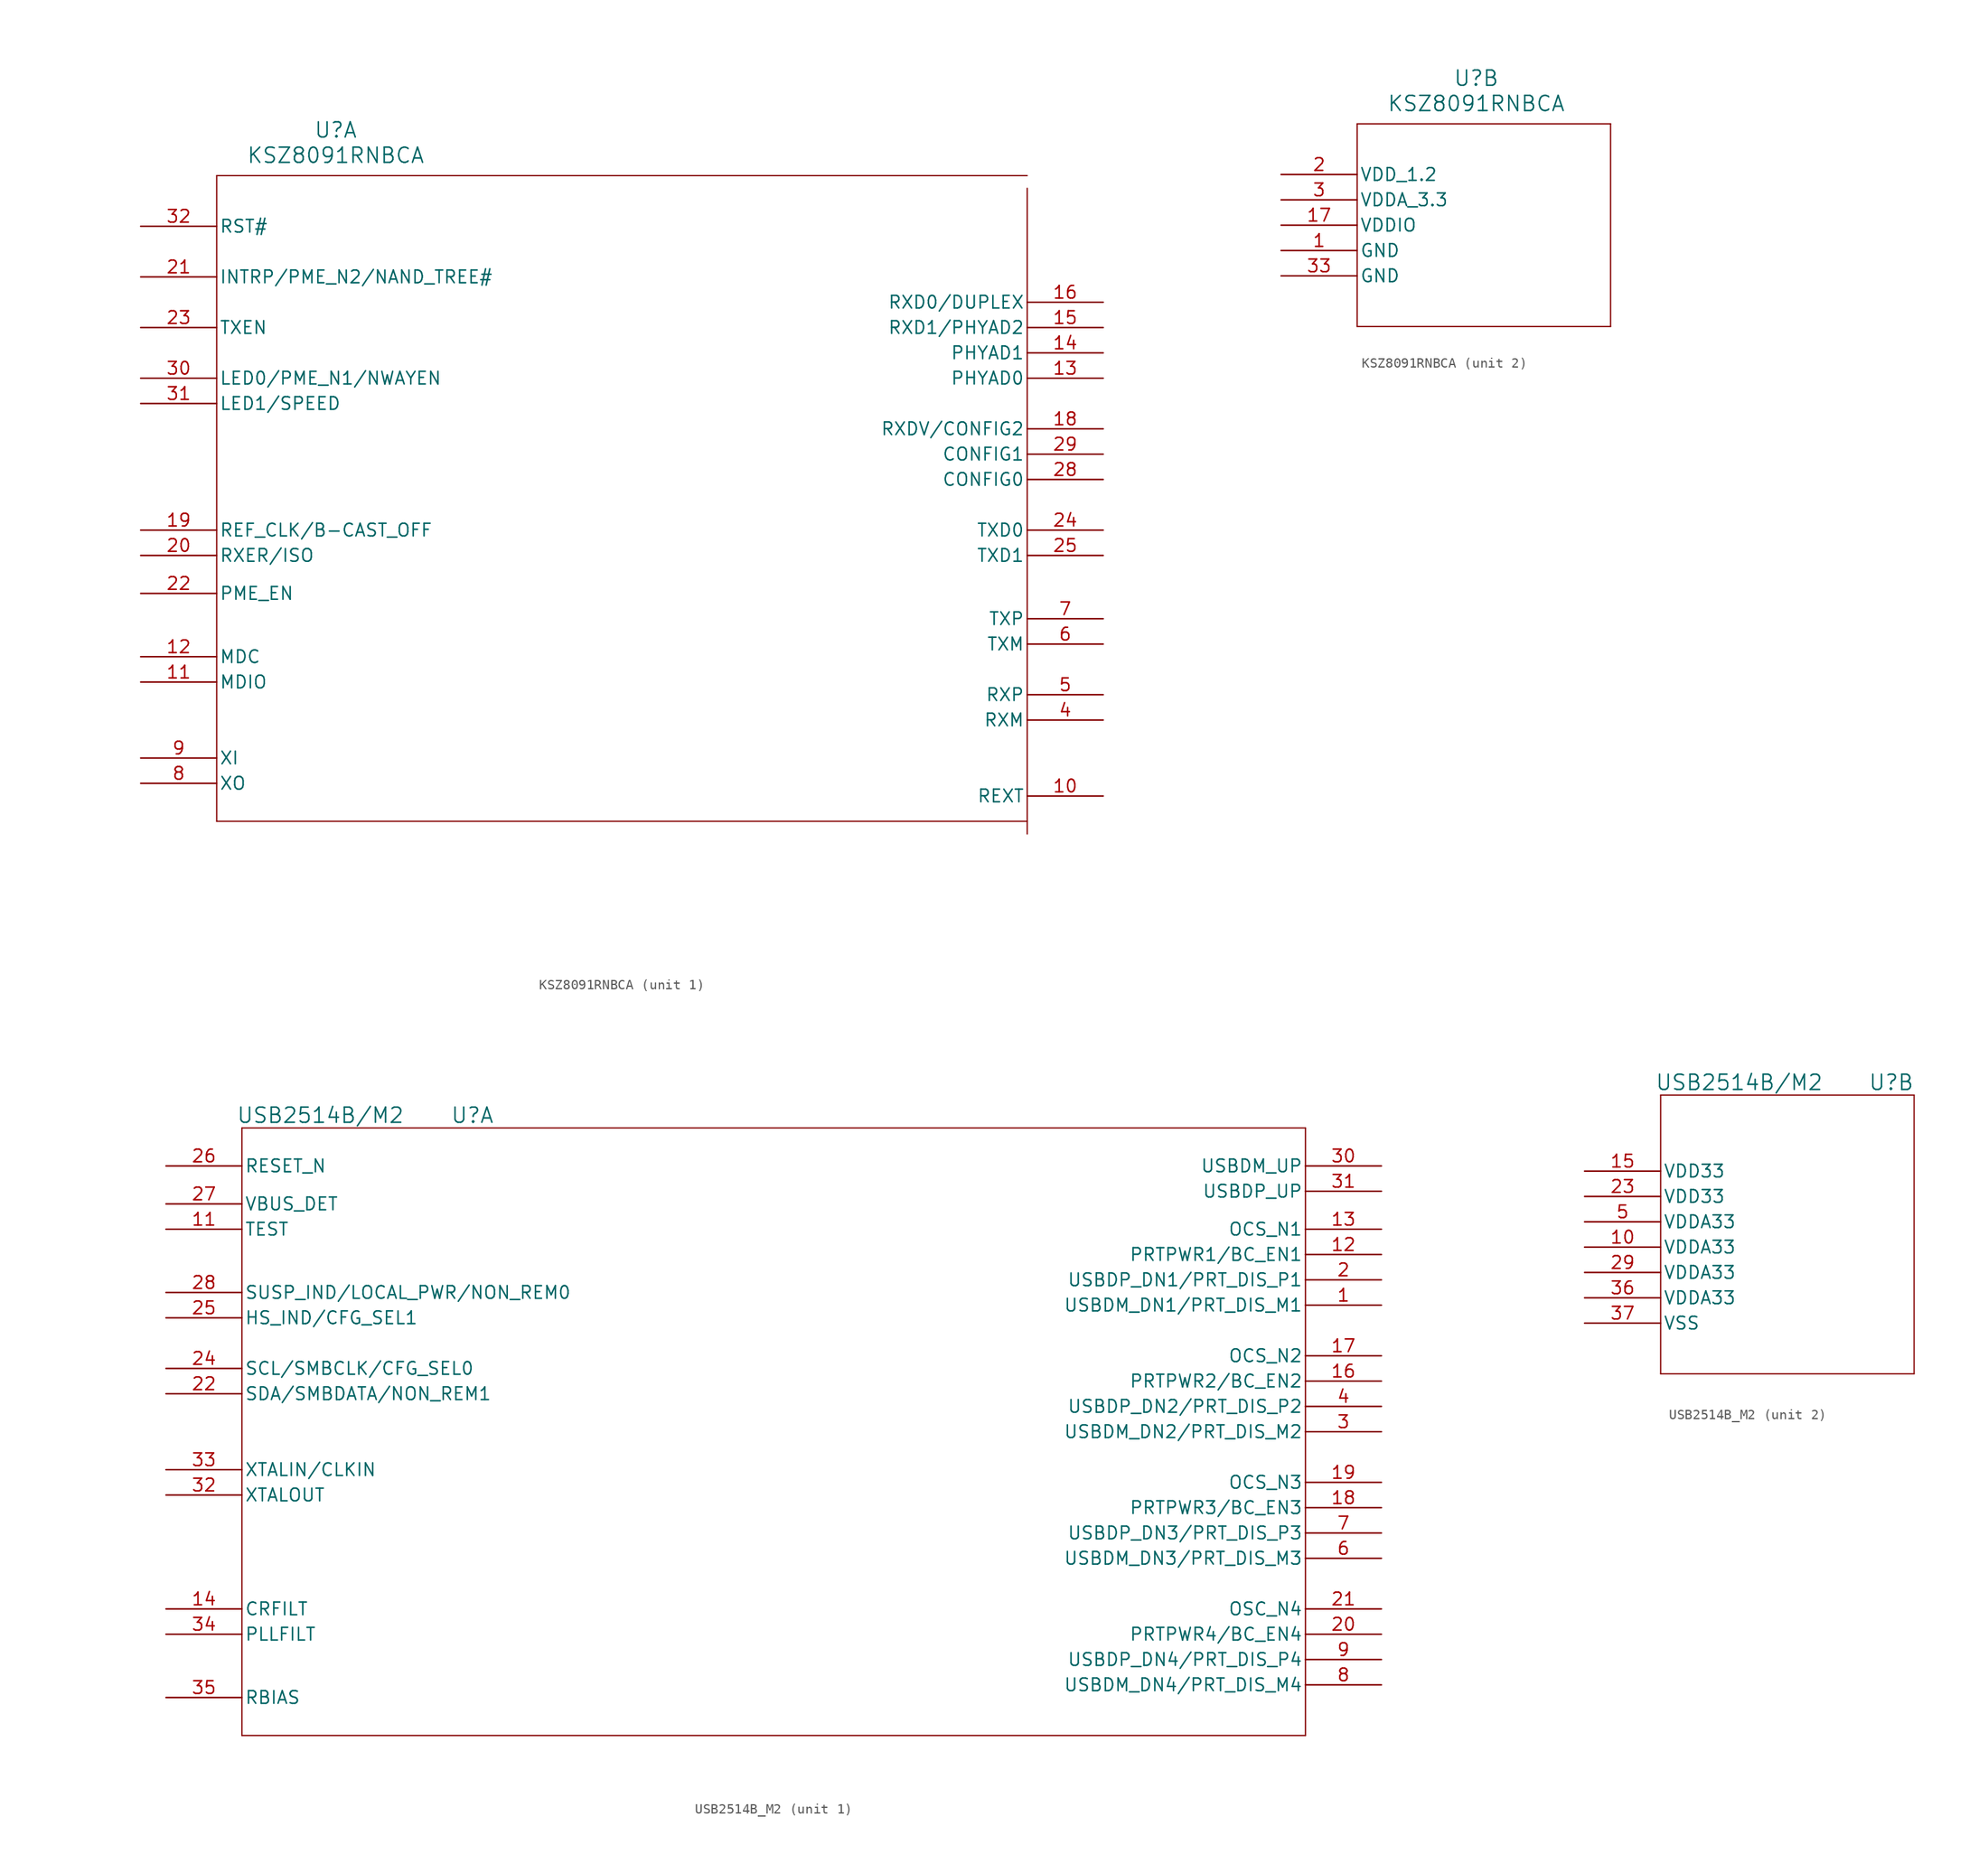
<source format=kicad_sym>
(kicad_symbol_lib
  (version 20231120)
  (generator "kicad_symbol_editor")
  (generator_version "8.0")
  (symbol "KSZ8091RNBCA"
    (pin_names
      (offset 0.254))
    (property "Reference" "U"
      (at 19.558 9.652 0)
      (effects (font (size 1.524 1.524))))
    (property "Value" "KSZ8091RNBCA"
      (at 19.558 7.112 0)
      (effects (font (size 1.524 1.524))))
    (property "ki_locked" ""
      (at 0 0 0)
      (effects (font (size 1.27 1.27))))
    (symbol "KSZ8091RNBCA_1_1"
      (polyline (pts (xy 7.62 -59.69) (xy 88.9 -59.69)) (stroke (width 0.127) (type default)) (fill (type none)))
      (polyline (pts (xy 7.62 5.08) (xy 7.62 -59.69)) (stroke (width 0.127) (type default)) (fill (type none)))
      (polyline (pts (xy 88.9 -60.96) (xy 88.9 3.81)) (stroke (width 0.127) (type default)) (fill (type none)))
      (polyline (pts (xy 88.9 5.08) (xy 7.62 5.08)) (stroke (width 0.127) (type default)) (fill (type none)))
      (pin input line (at 96.52 -57.15 180) (length 7.62) (name "REXT" (effects (font (size 1.27 1.27)))) (number "10" (effects (font (size 1.27 1.27)))))
      (pin bidirectional line (at 0 -45.72 0) (length 7.62) (name "MDIO" (effects (font (size 1.27 1.27)))) (number "11" (effects (font (size 1.27 1.27)))))
      (pin input line (at 0 -43.18 0) (length 7.62) (name "MDC" (effects (font (size 1.27 1.27)))) (number "12" (effects (font (size 1.27 1.27)))))
      (pin bidirectional line (at 96.52 -15.24 180) (length 7.62) (name "PHYAD0" (effects (font (size 1.27 1.27)))) (number "13" (effects (font (size 1.27 1.27)))))
      (pin bidirectional line (at 96.52 -12.7 180) (length 7.62) (name "PHYAD1" (effects (font (size 1.27 1.27)))) (number "14" (effects (font (size 1.27 1.27)))))
      (pin bidirectional line (at 96.52 -10.16 180) (length 7.62) (name "RXD1/PHYAD2" (effects (font (size 1.27 1.27)))) (number "15" (effects (font (size 1.27 1.27)))))
      (pin bidirectional line (at 96.52 -7.62 180) (length 7.62) (name "RXD0/DUPLEX" (effects (font (size 1.27 1.27)))) (number "16" (effects (font (size 1.27 1.27)))))
      (pin bidirectional line (at 96.52 -20.32 180) (length 7.62) (name "RXDV/CONFIG2" (effects (font (size 1.27 1.27)))) (number "18" (effects (font (size 1.27 1.27)))))
      (pin bidirectional line (at 0 -30.48 0) (length 7.62) (name "REF_CLK/B-CAST_OFF" (effects (font (size 1.27 1.27)))) (number "19" (effects (font (size 1.27 1.27)))))
      (pin bidirectional line (at 0 -33.02 0) (length 7.62) (name "RXER/ISO" (effects (font (size 1.27 1.27)))) (number "20" (effects (font (size 1.27 1.27)))))
      (pin bidirectional line (at 0 -5.08 0) (length 7.62) (name "INTRP/PME_N2/NAND_TREE#" (effects (font (size 1.27 1.27)))) (number "21" (effects (font (size 1.27 1.27)))))
      (pin bidirectional line (at 0 -36.83 0) (length 7.62) (name "PME_EN" (effects (font (size 1.27 1.27)))) (number "22" (effects (font (size 1.27 1.27)))))
      (pin input line (at 0 -10.16 0) (length 7.62) (name "TXEN" (effects (font (size 1.27 1.27)))) (number "23" (effects (font (size 1.27 1.27)))))
      (pin input line (at 96.52 -30.48 180) (length 7.62) (name "TXD0" (effects (font (size 1.27 1.27)))) (number "24" (effects (font (size 1.27 1.27)))))
      (pin input line (at 96.52 -33.02 180) (length 7.62) (name "TXD1" (effects (font (size 1.27 1.27)))) (number "25" (effects (font (size 1.27 1.27)))))
      (pin no_connect line (at 48.26 -67.31 90) (length 7.62) hide (name "NC" (effects (font (size 1.27 1.27)))) (number "26" (effects (font (size 1.27 1.27)))))
      (pin no_connect line (at 45.72 -67.31 90) (length 7.62) hide (name "NC" (effects (font (size 1.27 1.27)))) (number "27" (effects (font (size 1.27 1.27)))))
      (pin bidirectional line (at 96.52 -25.4 180) (length 7.62) (name "CONFIG0" (effects (font (size 1.27 1.27)))) (number "28" (effects (font (size 1.27 1.27)))))
      (pin bidirectional line (at 96.52 -22.86 180) (length 7.62) (name "CONFIG1" (effects (font (size 1.27 1.27)))) (number "29" (effects (font (size 1.27 1.27)))))
      (pin bidirectional line (at 0 -15.24 0) (length 7.62) (name "LED0/PME_N1/NWAYEN" (effects (font (size 1.27 1.27)))) (number "30" (effects (font (size 1.27 1.27)))))
      (pin input line (at 0 -17.78 0) (length 7.62) (name "LED1/SPEED" (effects (font (size 1.27 1.27)))) (number "31" (effects (font (size 1.27 1.27)))))
      (pin input line (at 0 0 0) (length 7.62) (name "RST#" (effects (font (size 1.27 1.27)))) (number "32" (effects (font (size 1.27 1.27)))))
      (pin bidirectional line (at 96.52 -49.53 180) (length 7.62) (name "RXM" (effects (font (size 1.27 1.27)))) (number "4" (effects (font (size 1.27 1.27)))))
      (pin bidirectional line (at 96.52 -46.99 180) (length 7.62) (name "RXP" (effects (font (size 1.27 1.27)))) (number "5" (effects (font (size 1.27 1.27)))))
      (pin bidirectional line (at 96.52 -41.91 180) (length 7.62) (name "TXM" (effects (font (size 1.27 1.27)))) (number "6" (effects (font (size 1.27 1.27)))))
      (pin bidirectional line (at 96.52 -39.37 180) (length 7.62) (name "TXP" (effects (font (size 1.27 1.27)))) (number "7" (effects (font (size 1.27 1.27)))))
      (pin output line (at 0 -55.88 0) (length 7.62) (name "XO" (effects (font (size 1.27 1.27)))) (number "8" (effects (font (size 1.27 1.27)))))
      (pin input line (at 0 -53.34 0) (length 7.62) (name "XI" (effects (font (size 1.27 1.27)))) (number "9" (effects (font (size 1.27 1.27))))))
    (symbol "KSZ8091RNBCA_2_1"
      (polyline (pts (xy 7.62 -15.24) (xy 33.02 -15.24)) (stroke (width 0.127) (type default)) (fill (type none)))
      (polyline (pts (xy 7.62 5.08) (xy 7.62 -15.24)) (stroke (width 0.127) (type default)) (fill (type none)))
      (polyline (pts (xy 33.02 -15.24) (xy 33.02 5.08)) (stroke (width 0.127) (type default)) (fill (type none)))
      (polyline (pts (xy 33.02 5.08) (xy 7.62 5.08)) (stroke (width 0.127) (type default)) (fill (type none)))
      (pin power_out line (at 0 -7.62 0) (length 7.62) (name "GND" (effects (font (size 1.27 1.27)))) (number "1" (effects (font (size 1.27 1.27)))))
      (pin power_in line (at 0 -5.08 0) (length 7.62) (name "VDDIO" (effects (font (size 1.27 1.27)))) (number "17" (effects (font (size 1.27 1.27)))))
      (pin power_in line (at 0 0 0) (length 7.62) (name "VDD_1.2" (effects (font (size 1.27 1.27)))) (number "2" (effects (font (size 1.27 1.27)))))
      (pin power_in line (at 0 -2.54 0) (length 7.62) (name "VDDA_3.3" (effects (font (size 1.27 1.27)))) (number "3" (effects (font (size 1.27 1.27)))))
      (pin power_out line (at 0 -10.16 0) (length 7.62) (name "GND" (effects (font (size 1.27 1.27)))) (number "33" (effects (font (size 1.27 1.27)))))))
  (symbol "USB2514B_M2"
    (pin_names
      (offset 0.254))
    (property "Reference" "U"
      (at 30.734 8.89 0)
      (effects (font (size 1.524 1.524))))
    (property "Value" "USB2514B/M2"
      (at 15.494 8.89 0)
      (effects (font (size 1.524 1.524))))
    (property "ki_locked" ""
      (at 0 0 0)
      (effects (font (size 1.27 1.27))))
    (symbol "USB2514B_M2_1_1"
      (polyline (pts (xy 7.62 -53.34) (xy 114.3 -53.34)) (stroke (width 0.127) (type default)) (fill (type none)))
      (polyline (pts (xy 7.62 7.62) (xy 7.62 -53.34)) (stroke (width 0.127) (type default)) (fill (type none)))
      (polyline (pts (xy 114.3 -53.34) (xy 114.3 7.62)) (stroke (width 0.127) (type default)) (fill (type none)))
      (polyline (pts (xy 114.3 7.62) (xy 7.62 7.62)) (stroke (width 0.127) (type default)) (fill (type none)))
      (pin bidirectional line (at 121.92 -10.16 180) (length 7.62) (name "USBDM_DN1/PRT_DIS_M1" (effects (font (size 1.27 1.27)))) (number "1" (effects (font (size 1.27 1.27)))))
      (pin unspecified line (at 0 -2.54 0) (length 7.62) (name "TEST" (effects (font (size 1.27 1.27)))) (number "11" (effects (font (size 1.27 1.27)))))
      (pin bidirectional line (at 121.92 -5.08 180) (length 7.62) (name "PRTPWR1/BC_EN1" (effects (font (size 1.27 1.27)))) (number "12" (effects (font (size 1.27 1.27)))))
      (pin bidirectional line (at 121.92 -2.54 180) (length 7.62) (name "OCS_N1" (effects (font (size 1.27 1.27)))) (number "13" (effects (font (size 1.27 1.27)))))
      (pin unspecified line (at 0 -40.64 0) (length 7.62) (name "CRFILT" (effects (font (size 1.27 1.27)))) (number "14" (effects (font (size 1.27 1.27)))))
      (pin bidirectional line (at 121.92 -17.78 180) (length 7.62) (name "PRTPWR2/BC_EN2" (effects (font (size 1.27 1.27)))) (number "16" (effects (font (size 1.27 1.27)))))
      (pin bidirectional line (at 121.92 -15.24 180) (length 7.62) (name "OCS_N2" (effects (font (size 1.27 1.27)))) (number "17" (effects (font (size 1.27 1.27)))))
      (pin bidirectional line (at 121.92 -30.48 180) (length 7.62) (name "PRTPWR3/BC_EN3" (effects (font (size 1.27 1.27)))) (number "18" (effects (font (size 1.27 1.27)))))
      (pin bidirectional line (at 121.92 -27.94 180) (length 7.62) (name "OCS_N3" (effects (font (size 1.27 1.27)))) (number "19" (effects (font (size 1.27 1.27)))))
      (pin bidirectional line (at 121.92 -7.62 180) (length 7.62) (name "USBDP_DN1/PRT_DIS_P1" (effects (font (size 1.27 1.27)))) (number "2" (effects (font (size 1.27 1.27)))))
      (pin bidirectional line (at 121.92 -43.18 180) (length 7.62) (name "PRTPWR4/BC_EN4" (effects (font (size 1.27 1.27)))) (number "20" (effects (font (size 1.27 1.27)))))
      (pin bidirectional line (at 121.92 -40.64 180) (length 7.62) (name "OSC_N4" (effects (font (size 1.27 1.27)))) (number "21" (effects (font (size 1.27 1.27)))))
      (pin unspecified line (at 0 -19.05 0) (length 7.62) (name "SDA/SMBDATA/NON_REM1" (effects (font (size 1.27 1.27)))) (number "22" (effects (font (size 1.27 1.27)))))
      (pin unspecified line (at 0 -16.51 0) (length 7.62) (name "SCL/SMBCLK/CFG_SEL0" (effects (font (size 1.27 1.27)))) (number "24" (effects (font (size 1.27 1.27)))))
      (pin unspecified line (at 0 -11.43 0) (length 7.62) (name "HS_IND/CFG_SEL1" (effects (font (size 1.27 1.27)))) (number "25" (effects (font (size 1.27 1.27)))))
      (pin unspecified line (at 0 3.81 0) (length 7.62) (name "RESET_N" (effects (font (size 1.27 1.27)))) (number "26" (effects (font (size 1.27 1.27)))))
      (pin unspecified line (at 0 0 0) (length 7.62) (name "VBUS_DET" (effects (font (size 1.27 1.27)))) (number "27" (effects (font (size 1.27 1.27)))))
      (pin unspecified line (at 0 -8.89 0) (length 7.62) (name "SUSP_IND/LOCAL_PWR/NON_REM0" (effects (font (size 1.27 1.27)))) (number "28" (effects (font (size 1.27 1.27)))))
      (pin bidirectional line (at 121.92 -22.86 180) (length 7.62) (name "USBDM_DN2/PRT_DIS_M2" (effects (font (size 1.27 1.27)))) (number "3" (effects (font (size 1.27 1.27)))))
      (pin unspecified line (at 121.92 3.81 180) (length 7.62) (name "USBDM_UP" (effects (font (size 1.27 1.27)))) (number "30" (effects (font (size 1.27 1.27)))))
      (pin unspecified line (at 121.92 1.27 180) (length 7.62) (name "USBDP_UP" (effects (font (size 1.27 1.27)))) (number "31" (effects (font (size 1.27 1.27)))))
      (pin output line (at 0 -29.21 0) (length 7.62) (name "XTALOUT" (effects (font (size 1.27 1.27)))) (number "32" (effects (font (size 1.27 1.27)))))
      (pin unspecified line (at 0 -26.67 0) (length 7.62) (name "XTALIN/CLKIN" (effects (font (size 1.27 1.27)))) (number "33" (effects (font (size 1.27 1.27)))))
      (pin unspecified line (at 0 -43.18 0) (length 7.62) (name "PLLFILT" (effects (font (size 1.27 1.27)))) (number "34" (effects (font (size 1.27 1.27)))))
      (pin unspecified line (at 0 -49.53 0) (length 7.62) (name "RBIAS" (effects (font (size 1.27 1.27)))) (number "35" (effects (font (size 1.27 1.27)))))
      (pin bidirectional line (at 121.92 -20.32 180) (length 7.62) (name "USBDP_DN2/PRT_DIS_P2" (effects (font (size 1.27 1.27)))) (number "4" (effects (font (size 1.27 1.27)))))
      (pin bidirectional line (at 121.92 -35.56 180) (length 7.62) (name "USBDM_DN3/PRT_DIS_M3" (effects (font (size 1.27 1.27)))) (number "6" (effects (font (size 1.27 1.27)))))
      (pin bidirectional line (at 121.92 -33.02 180) (length 7.62) (name "USBDP_DN3/PRT_DIS_P3" (effects (font (size 1.27 1.27)))) (number "7" (effects (font (size 1.27 1.27)))))
      (pin bidirectional line (at 121.92 -48.26 180) (length 7.62) (name "USBDM_DN4/PRT_DIS_M4" (effects (font (size 1.27 1.27)))) (number "8" (effects (font (size 1.27 1.27)))))
      (pin bidirectional line (at 121.92 -45.72 180) (length 7.62) (name "USBDP_DN4/PRT_DIS_P4" (effects (font (size 1.27 1.27)))) (number "9" (effects (font (size 1.27 1.27))))))
    (symbol "USB2514B_M2_2_1"
      (polyline (pts (xy 7.62 -20.32) (xy 33.02 -20.32)) (stroke (width 0.127) (type default)) (fill (type none)))
      (polyline (pts (xy 7.62 7.62) (xy 7.62 -20.32)) (stroke (width 0.127) (type default)) (fill (type none)))
      (polyline (pts (xy 33.02 -20.32) (xy 33.02 7.62)) (stroke (width 0.127) (type default)) (fill (type none)))
      (polyline (pts (xy 33.02 7.62) (xy 7.62 7.62)) (stroke (width 0.127) (type default)) (fill (type none)))
      (pin power_in line (at 0 -7.62 0) (length 7.62) (name "VDDA33" (effects (font (size 1.27 1.27)))) (number "10" (effects (font (size 1.27 1.27)))))
      (pin power_in line (at 0 0 0) (length 7.62) (name "VDD33" (effects (font (size 1.27 1.27)))) (number "15" (effects (font (size 1.27 1.27)))))
      (pin power_in line (at 0 -2.54 0) (length 7.62) (name "VDD33" (effects (font (size 1.27 1.27)))) (number "23" (effects (font (size 1.27 1.27)))))
      (pin power_in line (at 0 -10.16 0) (length 7.62) (name "VDDA33" (effects (font (size 1.27 1.27)))) (number "29" (effects (font (size 1.27 1.27)))))
      (pin power_in line (at 0 -12.7 0) (length 7.62) (name "VDDA33" (effects (font (size 1.27 1.27)))) (number "36" (effects (font (size 1.27 1.27)))))
      (pin power_out line (at 0 -15.24 0) (length 7.62) (name "VSS" (effects (font (size 1.27 1.27)))) (number "37" (effects (font (size 1.27 1.27)))))
      (pin power_in line (at 0 -5.08 0) (length 7.62) (name "VDDA33" (effects (font (size 1.27 1.27)))) (number "5" (effects (font (size 1.27 1.27))))))))
</source>
